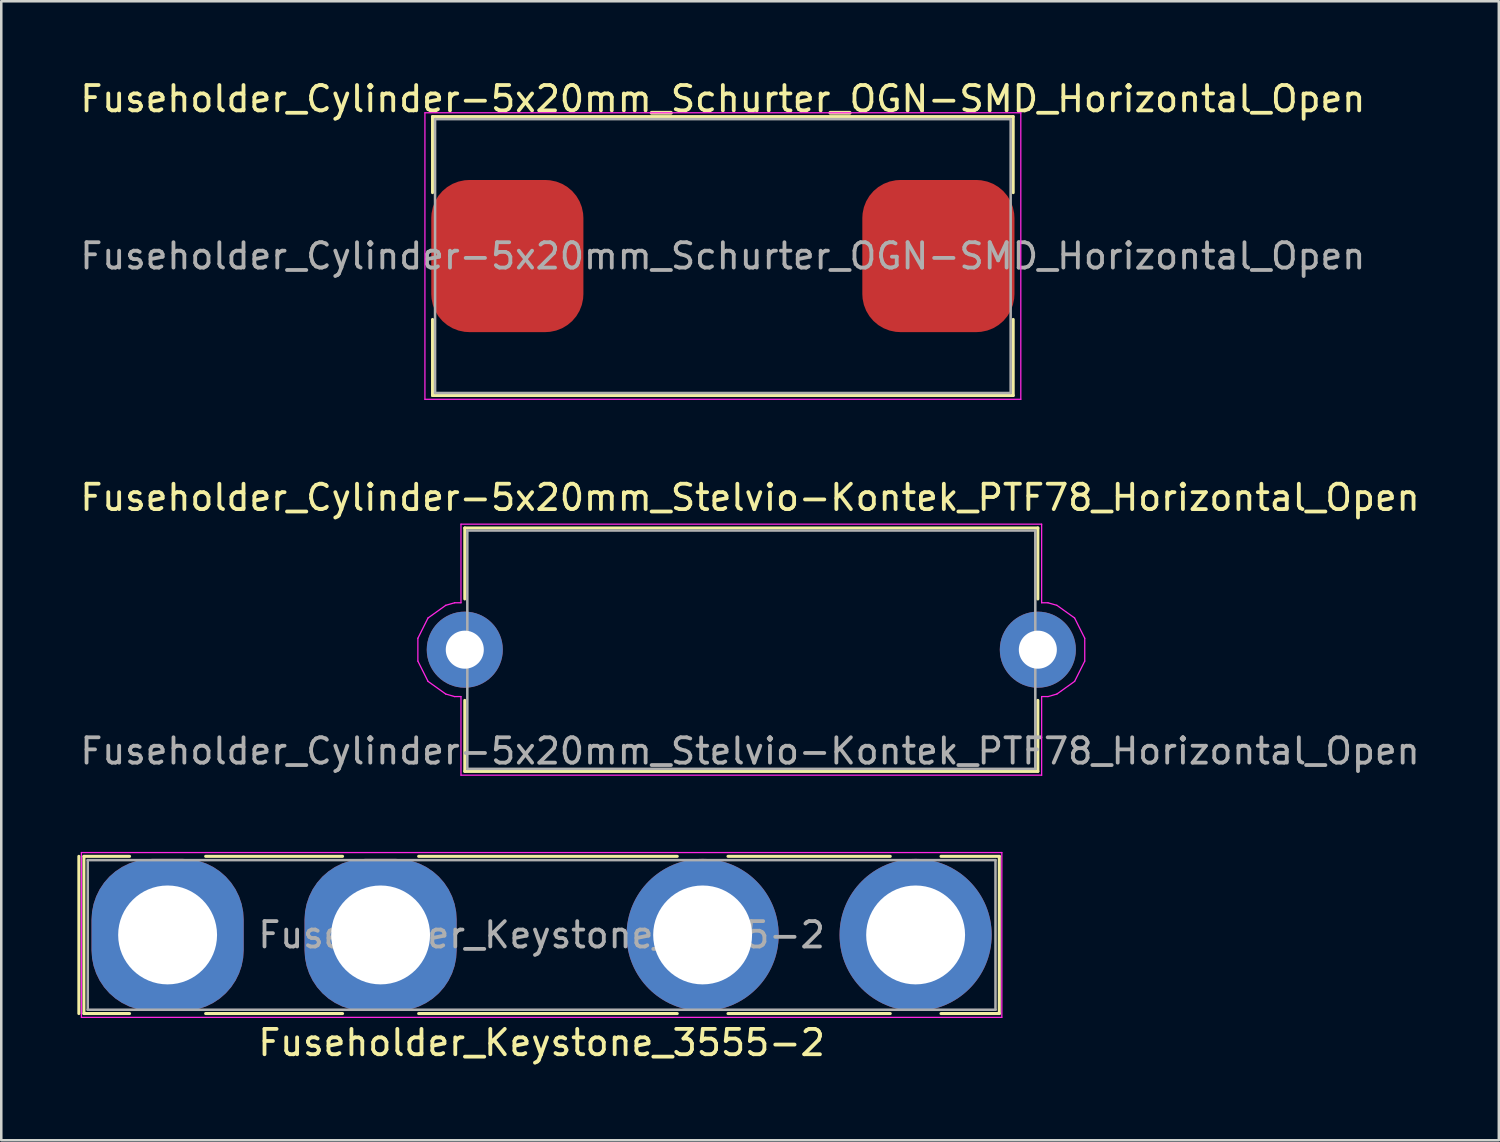
<source format=kicad_pcb>
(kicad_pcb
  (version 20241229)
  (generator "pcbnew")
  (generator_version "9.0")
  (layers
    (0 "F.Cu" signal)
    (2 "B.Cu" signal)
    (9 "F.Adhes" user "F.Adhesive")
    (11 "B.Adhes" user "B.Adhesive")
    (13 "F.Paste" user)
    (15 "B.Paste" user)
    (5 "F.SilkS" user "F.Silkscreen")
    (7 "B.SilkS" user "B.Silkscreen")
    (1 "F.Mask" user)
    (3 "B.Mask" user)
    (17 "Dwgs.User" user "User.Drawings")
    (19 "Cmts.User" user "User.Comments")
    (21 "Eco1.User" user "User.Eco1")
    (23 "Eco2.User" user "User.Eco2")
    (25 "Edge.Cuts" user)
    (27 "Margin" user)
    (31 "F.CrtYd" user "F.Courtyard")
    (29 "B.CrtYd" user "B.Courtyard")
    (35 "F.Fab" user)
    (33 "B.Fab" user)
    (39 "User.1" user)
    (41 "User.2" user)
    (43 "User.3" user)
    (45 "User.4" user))
  (footprint "Fuseholder_Cylinder-5x20mm_Stelvio-Kontek_PTF78_Horizontal_Open"
    (layer "F.Cu")
    (at 15.28 22.572)
    (property "Reference" "Fuseholder_Cylinder-5x20mm_Stelvio-Kontek_PTF78_Horizontal_Open" (at 11.25 -6 0) (layer "F.SilkS") (effects (font (size 1 1) (thickness 0.15))))
    (attr through_hole)
    (fp_line (start 0 -4.8) (end 22.6 -4.8) (stroke (width 0.12) (type solid)) (layer "F.SilkS"))
    (fp_line (start 0 -2) (end 0 -4.8) (stroke (width 0.12) (type solid)) (layer "F.SilkS"))
    (fp_line (start 0 4.8) (end 0 2) (stroke (width 0.12) (type solid)) (layer "F.SilkS"))
    (fp_line (start 0 4.8) (end 22.6 4.8) (stroke (width 0.12) (type solid)) (layer "F.SilkS"))
    (fp_line (start 22.6 -2) (end 22.6 -4.8) (stroke (width 0.12) (type solid)) (layer "F.SilkS"))
    (fp_line (start 22.6 4.8) (end 22.6 2) (stroke (width 0.12) (type solid)) (layer "F.SilkS"))
    (fp_line (start -1.85 -0.45) (end -1.85 0.45) (stroke (width 0.05) (type solid)) (layer "F.CrtYd"))
    (fp_line (start -1.85 -0.45) (end -1.45 -1.25) (stroke (width 0.05) (type solid)) (layer "F.CrtYd"))
    (fp_line (start -1.45 1.25) (end -1.85 0.45) (stroke (width 0.05) (type solid)) (layer "F.CrtYd"))
    (fp_line (start -1.45 1.25) (end -0.75 1.75) (stroke (width 0.05) (type solid)) (layer "F.CrtYd"))
    (fp_line (start -0.75 -1.75) (end -1.45 -1.25) (stroke (width 0.05) (type solid)) (layer "F.CrtYd"))
    (fp_line (start -0.75 1.75) (end -0.4 1.85) (stroke (width 0.05) (type solid)) (layer "F.CrtYd"))
    (fp_line (start -0.4 -1.85) (end -0.75 -1.75) (stroke (width 0.05) (type solid)) (layer "F.CrtYd"))
    (fp_line (start -0.4 1.85) (end -0.15 1.85) (stroke (width 0.05) (type solid)) (layer "F.CrtYd"))
    (fp_line (start -0.15 -4.95) (end 22.75 -4.95) (stroke (width 0.05) (type solid)) (layer "F.CrtYd"))
    (fp_line (start -0.15 -1.85) (end -0.4 -1.85) (stroke (width 0.05) (type solid)) (layer "F.CrtYd"))
    (fp_line (start -0.15 -1.85) (end -0.15 -4.95) (stroke (width 0.05) (type solid)) (layer "F.CrtYd"))
    (fp_line (start -0.15 4.95) (end -0.15 1.85) (stroke (width 0.05) (type solid)) (layer "F.CrtYd"))
    (fp_line (start 22.75 -1.85) (end 22.75 -4.95) (stroke (width 0.05) (type solid)) (layer "F.CrtYd"))
    (fp_line (start 22.75 -1.85) (end 23 -1.85) (stroke (width 0.05) (type solid)) (layer "F.CrtYd"))
    (fp_line (start 22.75 1.85) (end 22.75 4.95) (stroke (width 0.05) (type solid)) (layer "F.CrtYd"))
    (fp_line (start 22.75 1.85) (end 23 1.85) (stroke (width 0.05) (type solid)) (layer "F.CrtYd"))
    (fp_line (start 22.75 4.95) (end -0.15 4.95) (stroke (width 0.05) (type solid)) (layer "F.CrtYd"))
    (fp_line (start 23 1.85) (end 23.35 1.75) (stroke (width 0.05) (type solid)) (layer "F.CrtYd"))
    (fp_line (start 23.35 -1.75) (end 23 -1.85) (stroke (width 0.05) (type solid)) (layer "F.CrtYd"))
    (fp_line (start 23.35 1.75) (end 24.05 1.25) (stroke (width 0.05) (type solid)) (layer "F.CrtYd"))
    (fp_line (start 24.05 -1.25) (end 23.35 -1.75) (stroke (width 0.05) (type solid)) (layer "F.CrtYd"))
    (fp_line (start 24.05 1.25) (end 24.45 0.45) (stroke (width 0.05) (type solid)) (layer "F.CrtYd"))
    (fp_line (start 24.45 -0.45) (end 24.05 -1.25) (stroke (width 0.05) (type solid)) (layer "F.CrtYd"))
    (fp_line (start 24.45 0.45) (end 24.45 -0.45) (stroke (width 0.05) (type solid)) (layer "F.CrtYd"))
    (fp_line (start 0.1 -4.7) (end 0.1 4.7) (stroke (width 0.1) (type solid)) (layer "F.Fab"))
    (fp_line (start 0.1 4.7) (end 22.5 4.7) (stroke (width 0.1) (type solid)) (layer "F.Fab"))
    (fp_line (start 22.5 -4.7) (end 0.1 -4.7) (stroke (width 0.1) (type solid)) (layer "F.Fab"))
    (fp_line (start 22.5 4.7) (end 22.5 -4.7) (stroke (width 0.1) (type solid)) (layer "F.Fab"))
    (fp_text user "${REFERENCE}" (at 11.25 4 0) (layer "F.Fab") (effects (font (size 1 1) (thickness 0.15))))
    (pad "1" thru_hole circle (at 0 0) (size 3 3) (drill 1.5) (layers "*.Cu" "*.Mask"))
    (pad "2" thru_hole circle (at 22.6 0) (size 3 3) (drill 1.5) (layers "*.Cu" "*.Mask")))
  (footprint "Fuseholder_Cylinder-5x20mm_Schurter_OGN-SMD_Horizontal_Open"
    (layer "F.Cu")
    (at 25.458 7.048)
    (property "Reference" "Fuseholder_Cylinder-5x20mm_Schurter_OGN-SMD_Horizontal_Open" (at 0 -6.2 0) (layer "F.SilkS") (effects (font (size 1 1) (thickness 0.15))))
    (attr smd)
    (fp_line (start -11.45 -5.5) (end -11.45 -2.5) (stroke (width 0.12) (type solid)) (layer "F.SilkS"))
    (fp_line (start -11.45 -5.5) (end 11.45 -5.5) (stroke (width 0.12) (type solid)) (layer "F.SilkS"))
    (fp_line (start -11.45 5.5) (end -11.45 2.5) (stroke (width 0.12) (type solid)) (layer "F.SilkS"))
    (fp_line (start -11.45 5.5) (end 11.45 5.5) (stroke (width 0.12) (type solid)) (layer "F.SilkS"))
    (fp_line (start 11.45 -5.5) (end 11.45 -2.5) (stroke (width 0.12) (type solid)) (layer "F.SilkS"))
    (fp_line (start 11.45 5.5) (end 11.45 2.5) (stroke (width 0.12) (type solid)) (layer "F.SilkS"))
    (fp_line (start -11.75 -5.65) (end 11.75 -5.65) (stroke (width 0.05) (type solid)) (layer "F.CrtYd"))
    (fp_line (start -11.75 5.65) (end -11.75 -5.65) (stroke (width 0.05) (type solid)) (layer "F.CrtYd"))
    (fp_line (start 11.75 5.65) (end -11.75 5.65) (stroke (width 0.05) (type solid)) (layer "F.CrtYd"))
    (fp_line (start 11.75 5.65) (end 11.75 -5.65) (stroke (width 0.05) (type solid)) (layer "F.CrtYd"))
    (fp_line (start -11.35 -5.4) (end -11.35 5.4) (stroke (width 0.1) (type solid)) (layer "F.Fab"))
    (fp_line (start -11.35 -5.4) (end 11.35 -5.4) (stroke (width 0.1) (type solid)) (layer "F.Fab"))
    (fp_line (start 11.35 -5.4) (end 11.35 5.4) (stroke (width 0.1) (type solid)) (layer "F.Fab"))
    (fp_line (start 11.35 5.4) (end -11.35 5.4) (stroke (width 0.1) (type solid)) (layer "F.Fab"))
    (fp_text user "${REFERENCE}" (at 0 0 0) (layer "F.Fab") (effects (font (size 1 1) (thickness 0.15))))
    (pad "1" smd roundrect (at -8.5 0) (size 6 6) (layers "F.Cu" "F.Mask" "F.Paste") (roundrect_rratio 0.25))
    (pad "2" smd roundrect (at 8.5 0) (size 6 6) (layers "F.Cu" "F.Mask" "F.Paste") (roundrect_rratio 0.25)))
  (footprint "Fuseholder_Keystone_3555-2"
    (layer "F.Cu")
    (at 3.56 33.822)
    (property "Reference" "Fuseholder_Keystone_3555-2" (at 14.75 4.25 0) (layer "F.SilkS") (effects (font (size 1 1) (thickness 0.15))))
    (attr through_hole)
    (fp_line (start -3.5 -3.1) (end -3.5 3.1) (stroke (width 0.12) (type solid)) (layer "F.SilkS"))
    (fp_line (start -3.3 -3.1) (end -1.5 -3.1) (stroke (width 0.12) (type solid)) (layer "F.SilkS"))
    (fp_line (start -3.3 3.1) (end -3.3 -3.1) (stroke (width 0.12) (type solid)) (layer "F.SilkS"))
    (fp_line (start -3.3 3.1) (end -1.5 3.1) (stroke (width 0.12) (type solid)) (layer "F.SilkS"))
    (fp_line (start 1.5 -3.1) (end 6.9 -3.1) (stroke (width 0.12) (type solid)) (layer "F.SilkS"))
    (fp_line (start 1.5 3.1) (end 6.9 3.1) (stroke (width 0.12) (type solid)) (layer "F.SilkS"))
    (fp_line (start 9.9 -3.1) (end 20.1 -3.1) (stroke (width 0.12) (type solid)) (layer "F.SilkS"))
    (fp_line (start 9.9 3.1) (end 20.1 3.1) (stroke (width 0.12) (type solid)) (layer "F.SilkS"))
    (fp_line (start 22.1 -3.1) (end 28.5 -3.1) (stroke (width 0.12) (type solid)) (layer "F.SilkS"))
    (fp_line (start 22.1 3.1) (end 28.5 3.1) (stroke (width 0.12) (type solid)) (layer "F.SilkS"))
    (fp_line (start 30.5 -3.1) (end 32.8 -3.1) (stroke (width 0.12) (type solid)) (layer "F.SilkS"))
    (fp_line (start 30.5 3.1) (end 32.8 3.1) (stroke (width 0.12) (type solid)) (layer "F.SilkS"))
    (fp_line (start 32.8 -3.1) (end 32.8 3.1) (stroke (width 0.12) (type solid)) (layer "F.SilkS"))
    (fp_line (start -3.4 -3.25) (end 32.9 -3.25) (stroke (width 0.05) (type solid)) (layer "F.CrtYd"))
    (fp_line (start -3.4 3.25) (end -3.4 -3.25) (stroke (width 0.05) (type solid)) (layer "F.CrtYd"))
    (fp_line (start 32.9 -3.25) (end 32.9 3.25) (stroke (width 0.05) (type solid)) (layer "F.CrtYd"))
    (fp_line (start 32.9 3.25) (end -3.4 3.25) (stroke (width 0.05) (type solid)) (layer "F.CrtYd"))
    (fp_line (start -3.15 -2.95) (end 32.65 -2.95) (stroke (width 0.1) (type solid)) (layer "F.Fab"))
    (fp_line (start -3.15 2.95) (end -3.15 -2.95) (stroke (width 0.1) (type solid)) (layer "F.Fab"))
    (fp_line (start 32.65 -2.95) (end 32.65 2.95) (stroke (width 0.1) (type solid)) (layer "F.Fab"))
    (fp_line (start 32.65 2.95) (end -3.15 2.95) (stroke (width 0.1) (type solid)) (layer "F.Fab"))
    (fp_text user "${REFERENCE}" (at 14.75 0 0) (layer "F.Fab") (effects (font (size 1 1) (thickness 0.15))))
    (pad "1" thru_hole roundrect (at 0 0 90) (size 6 6) (drill 3.9) (layers "*.Cu" "*.Mask") (roundrect_rratio 0.4))
    (pad "1" thru_hole roundrect (at 8.4 0) (size 6 6) (drill 3.9) (layers "*.Cu" "*.Mask") (roundrect_rratio 0.4))
    (pad "2" thru_hole circle (at 21.1 0) (size 6 6) (drill 3.9) (layers "*.Cu" "*.Mask"))
    (pad "2" thru_hole circle (at 29.5 0) (size 6 6) (drill 3.9) (layers "*.Cu" "*.Mask")))
  (gr_rect
    (start -3 -3)
    (end 56.06 41.92)
    (stroke (width 0.1) (type default))
    (fill no)
    (layer "Edge.Cuts")))
</source>
